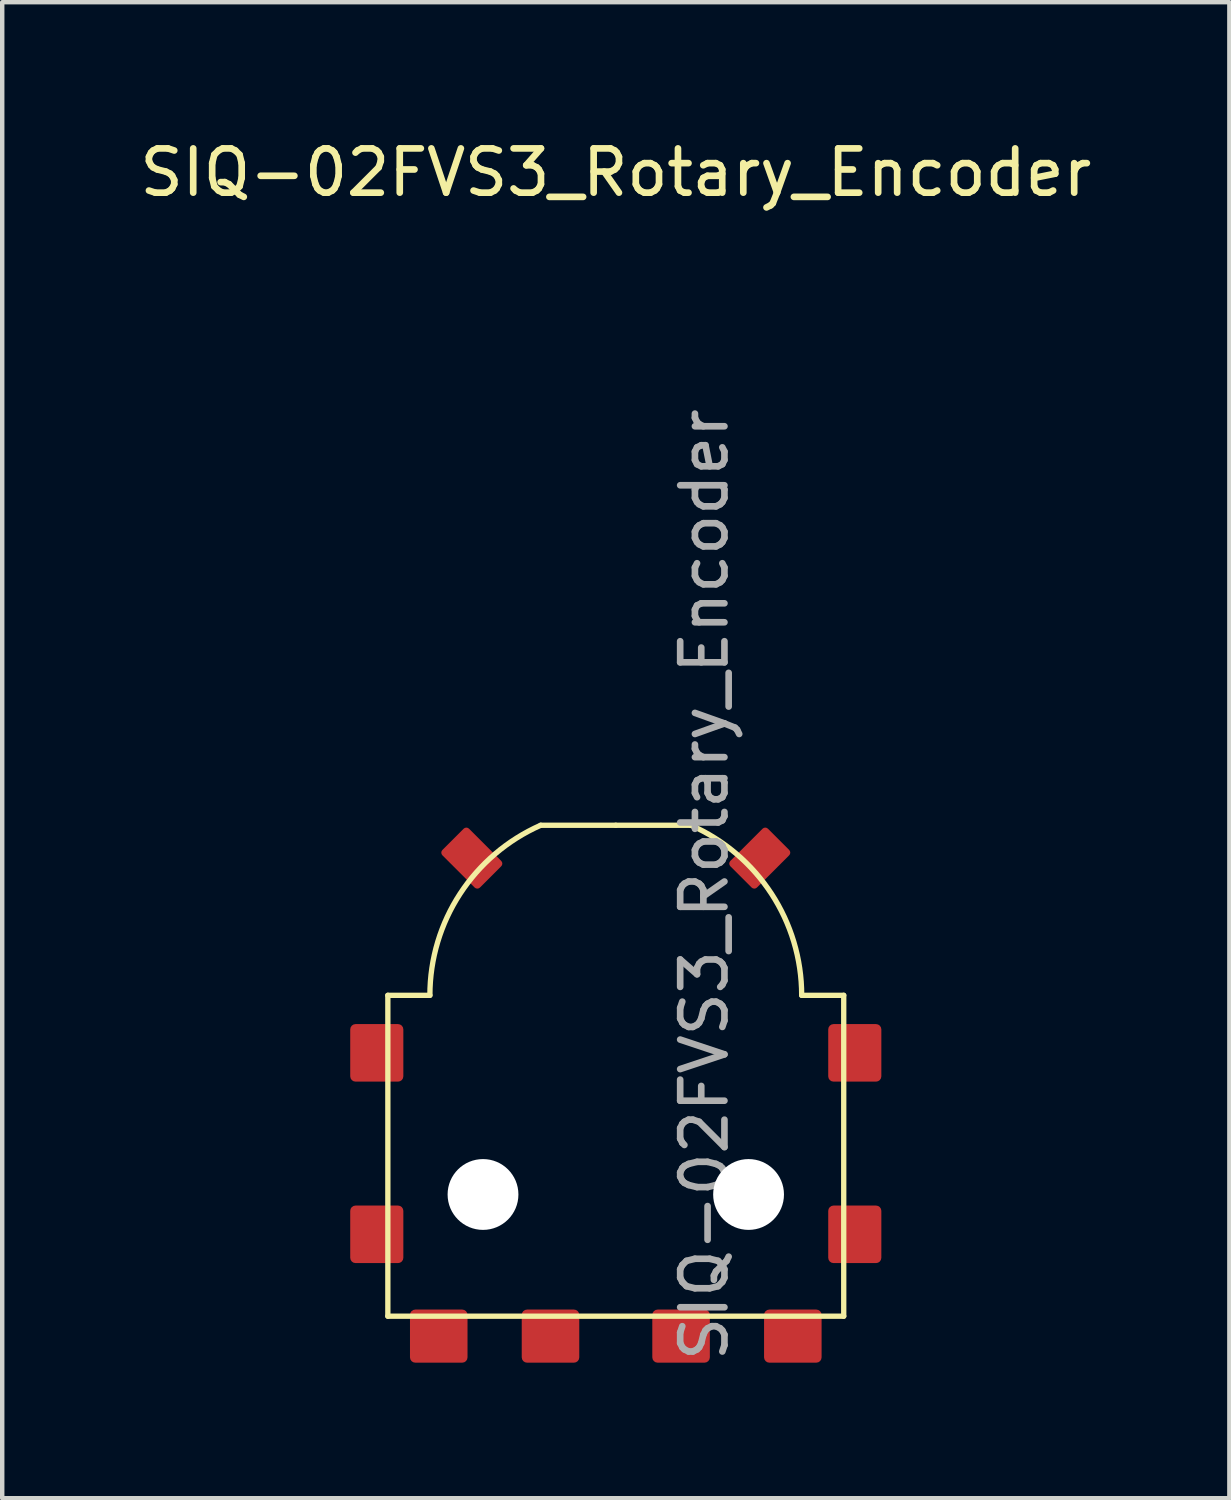
<source format=kicad_pcb>
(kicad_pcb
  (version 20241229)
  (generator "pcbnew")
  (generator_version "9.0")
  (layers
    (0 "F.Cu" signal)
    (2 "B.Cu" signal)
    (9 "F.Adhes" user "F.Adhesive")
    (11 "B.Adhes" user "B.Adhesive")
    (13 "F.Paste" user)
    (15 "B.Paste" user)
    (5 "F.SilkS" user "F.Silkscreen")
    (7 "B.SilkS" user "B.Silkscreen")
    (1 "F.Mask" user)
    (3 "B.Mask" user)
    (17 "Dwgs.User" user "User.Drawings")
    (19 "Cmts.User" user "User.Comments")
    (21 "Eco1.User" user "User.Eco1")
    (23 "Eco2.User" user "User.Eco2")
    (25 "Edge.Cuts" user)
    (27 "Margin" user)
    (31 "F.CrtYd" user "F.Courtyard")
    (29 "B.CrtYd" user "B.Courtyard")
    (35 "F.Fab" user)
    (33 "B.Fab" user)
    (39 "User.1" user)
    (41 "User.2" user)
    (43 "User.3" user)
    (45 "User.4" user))
  (footprint "SIQ-02FVS3_Rotary_Encoder"
    (layer "F.Cu")
    (at 10.863 19.438)
    (property "Reference" "SIQ-02FVS3_Rotary_Encoder" (at 0 -18.59 0) (unlocked yes) (layer "F.SilkS") (effects (font (size 1 1) (thickness 0.15))))
    (attr smd)
    (fp_line (start -5.15 0) (end -5.15 7.25) (stroke (width 0.12) (type default)) (layer "F.SilkS"))
    (fp_line (start -5.15 7.25) (end 5.15 7.25) (stroke (width 0.12) (type default)) (layer "F.SilkS"))
    (fp_line (start -4.2 0) (end -5.15 0) (stroke (width 0.12) (type default)) (layer "F.SilkS"))
    (fp_line (start 0 -3.842) (end -1.697 -3.842) (stroke (width 0.12) (type default)) (layer "F.SilkS"))
    (fp_line (start 0 -3.842) (end 1.697 -3.842) (stroke (width 0.12) (type default)) (layer "F.SilkS"))
    (fp_line (start 5.15 0) (end 4.2 0) (stroke (width 0.12) (type default)) (layer "F.SilkS"))
    (fp_line (start 5.15 7.25) (end 5.15 0) (stroke (width 0.12) (type default)) (layer "F.SilkS"))
    (fp_arc (start -4.199999 0) (mid -3.518903 -2.292883) (end -1.696517 -3.842113) (stroke (width 0.12) (type default)) (layer "F.SilkS"))
    (fp_arc (start 1.696517 -3.842113) (mid 3.518905 -2.292884) (end 4.199999 0) (stroke (width 0.12) (type default)) (layer "F.SilkS"))
    (fp_circle (center 0 0) (end 7.25 0) (stroke (width 0.12) (type default)) (fill no) (layer "User.6"))
    (fp_text user "${REFERENCE}" (at 2 -2.5 270) (layer "F.Fab") (effects (font (size 1 1) (thickness 0.15))))
    (pad "" np_thru_hole circle (at -3 4.5) (size 1.6 1.6) (drill 1.6) (layers "*.Cu" "*.Mask"))
    (pad "" np_thru_hole circle (at 3 4.5) (size 1.6 1.6) (drill 1.6) (layers "*.Cu" "*.Mask"))
    (pad "0" smd roundrect (at -5.4 1.3 90) (size 1.3 1.2) (layers "F.Cu" "F.Mask" "F.Paste") (roundrect_rratio 0.1))
    (pad "0" smd roundrect (at -5.4 5.4 90) (size 1.3 1.2) (layers "F.Cu" "F.Mask" "F.Paste") (roundrect_rratio 0.1))
    (pad "0" smd roundrect (at -3.253 -3.1 225) (size 0.85 1.2) (layers "F.Cu" "F.Mask" "F.Paste") (roundrect_rratio 0.1))
    (pad "0" smd roundrect (at 3.253 -3.1 315) (size 0.85 1.2) (layers "F.Cu" "F.Mask" "F.Paste") (roundrect_rratio 0.1))
    (pad "0" smd roundrect (at 5.4 1.3 90) (size 1.3 1.2) (layers "F.Cu" "F.Mask" "F.Paste") (roundrect_rratio 0.1))
    (pad "0" smd roundrect (at 5.4 5.4 90) (size 1.3 1.2) (layers "F.Cu" "F.Mask" "F.Paste") (roundrect_rratio 0.1))
    (pad "1" smd roundrect (at -4 7.7 180) (size 1.3 1.2) (layers "F.Cu" "F.Mask" "F.Paste") (roundrect_rratio 0.1))
    (pad "2" smd roundrect (at -1.475 7.7 180) (size 1.3 1.2) (layers "F.Cu" "F.Mask" "F.Paste") (roundrect_rratio 0.1))
    (pad "3" smd roundrect (at 1.475 7.7 180) (size 1.3 1.2) (layers "F.Cu" "F.Mask" "F.Paste") (roundrect_rratio 0.1))
    (pad "4" smd roundrect (at 4 7.7 180) (size 1.3 1.2) (layers "F.Cu" "F.Mask" "F.Paste") (roundrect_rratio 0.1)))
  (gr_rect
    (start -3 -3)
    (end 24.726 30.801)
    (stroke (width 0.1) (type default))
    (fill no)
    (layer "Edge.Cuts")))
</source>
